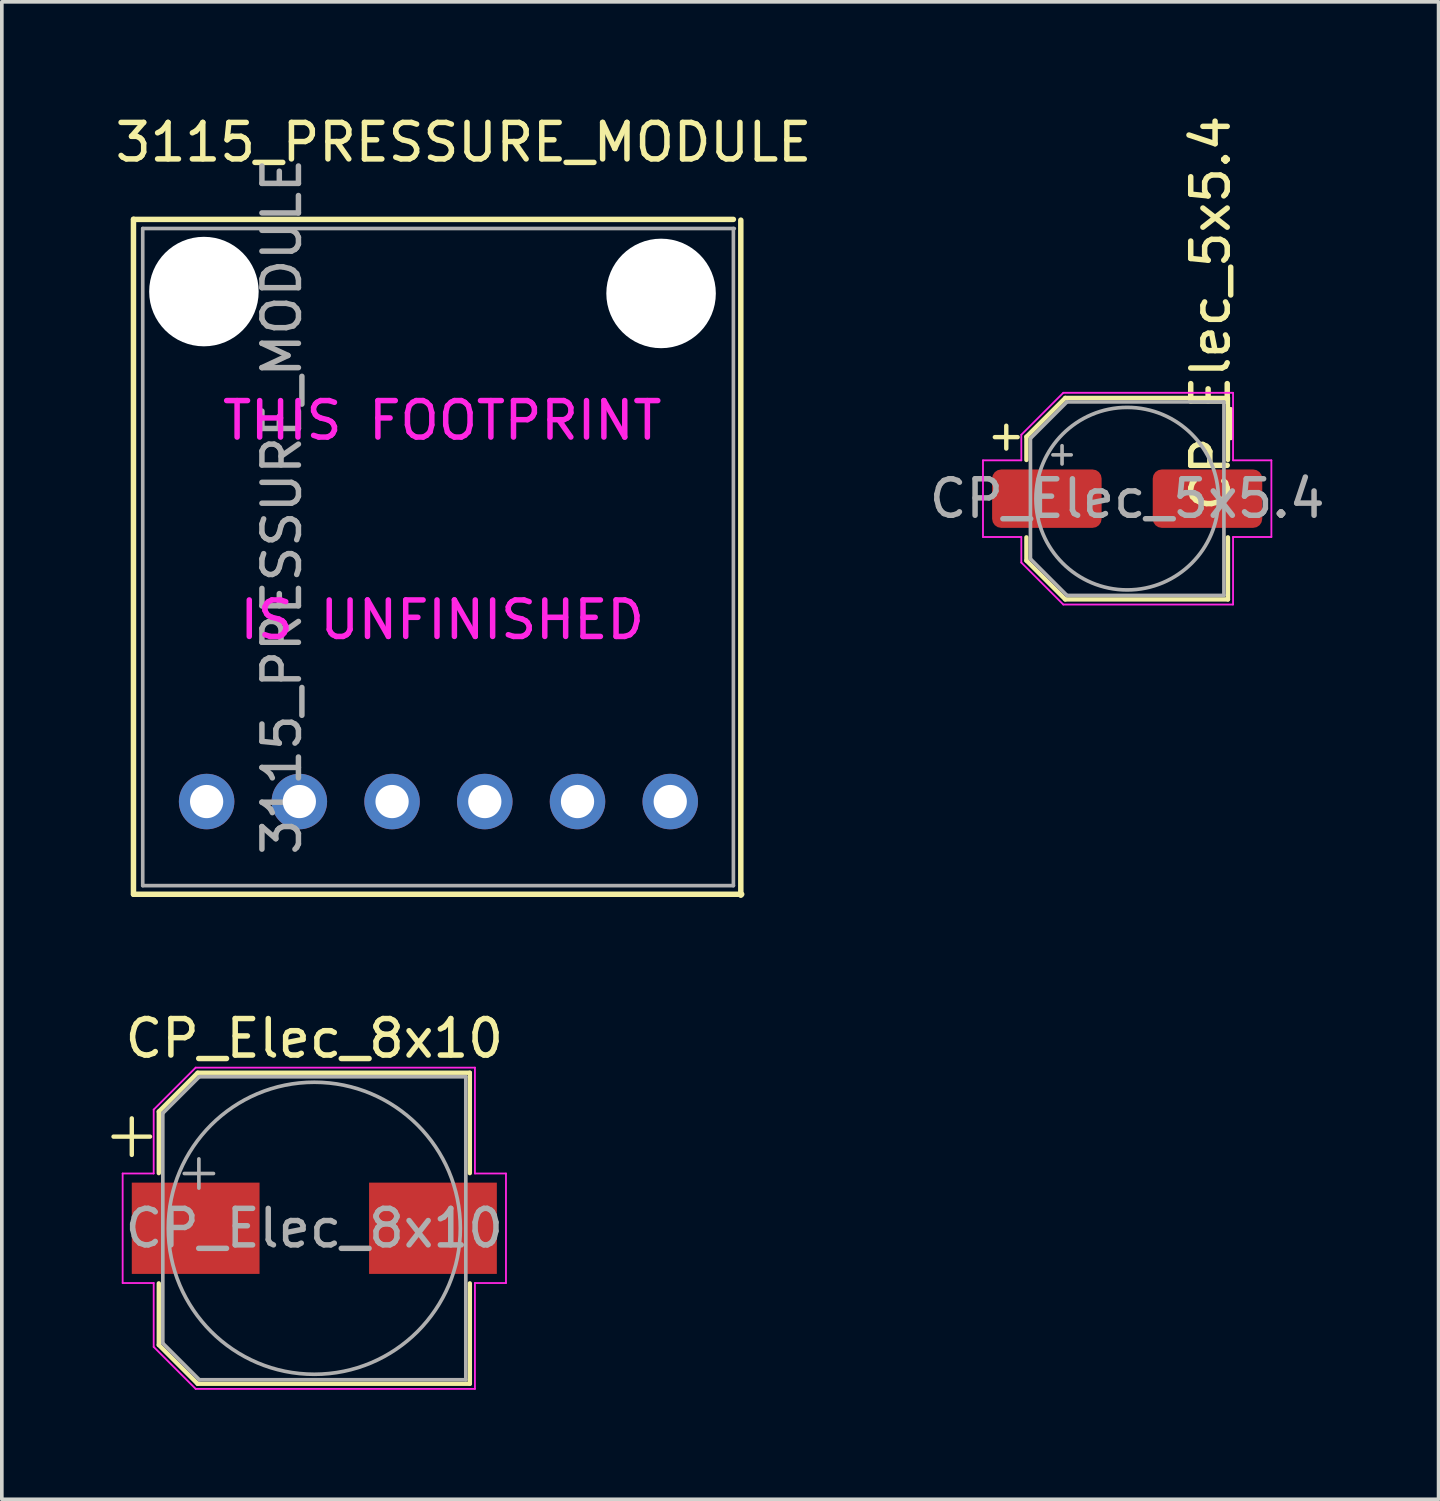
<source format=kicad_pcb>
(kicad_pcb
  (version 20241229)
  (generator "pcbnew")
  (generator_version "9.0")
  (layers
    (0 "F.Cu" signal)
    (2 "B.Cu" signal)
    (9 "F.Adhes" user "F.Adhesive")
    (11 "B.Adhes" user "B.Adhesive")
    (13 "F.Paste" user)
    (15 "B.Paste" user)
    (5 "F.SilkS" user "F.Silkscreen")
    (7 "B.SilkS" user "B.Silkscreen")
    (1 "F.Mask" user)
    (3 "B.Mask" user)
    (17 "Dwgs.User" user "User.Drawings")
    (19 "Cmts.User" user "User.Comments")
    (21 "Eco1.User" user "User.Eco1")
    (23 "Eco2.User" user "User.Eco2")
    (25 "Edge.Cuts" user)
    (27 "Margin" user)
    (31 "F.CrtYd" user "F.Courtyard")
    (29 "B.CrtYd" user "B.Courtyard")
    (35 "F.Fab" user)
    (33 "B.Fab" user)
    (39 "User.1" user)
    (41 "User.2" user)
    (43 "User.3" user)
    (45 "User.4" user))
  (footprint "3115_PRESSURE_MODULE"
    (layer "F.Cu")
    (at 0.86 3.21)
    (property "Reference" "3115_PRESSURE_MODULE" (at 8.788 -2.362 0) (layer "F.SilkS") (effects (font (size 1 1) (thickness 0.15))))
    (attr through_hole)
    (fp_line (start -0.254 18.237) (end -0.254 -0.254) (stroke (width 0.15) (type solid)) (layer "F.SilkS"))
    (fp_line (start -0.25 -0.25) (end 16.18 -0.25) (stroke (width 0.15) (type solid)) (layer "F.SilkS"))
    (fp_line (start -0.25 18.237) (end 16.408 18.237) (stroke (width 0.15) (type solid)) (layer "F.SilkS"))
    (fp_line (start 16.383 18.263) (end 16.383 -0.229) (stroke (width 0.15) (type solid)) (layer "F.SilkS"))
    (fp_line (start 0 0) (end 16.205 0) (stroke (width 0.1) (type solid)) (layer "F.Fab"))
    (fp_line (start 0 18) (end 0 0) (stroke (width 0.1) (type solid)) (layer "F.Fab"))
    (fp_line (start 0 18) (end 16.18 18) (stroke (width 0.1) (type solid)) (layer "F.Fab"))
    (fp_line (start 16.18 18) (end 16.18 0) (stroke (width 0.1) (type solid)) (layer "F.Fab"))
    (fp_text user "THIS FOOTPRINT" (at 8.204 5.258 0) (layer "F.CrtYd") (effects (font (size 1 1) (thickness 0.15))))
    (fp_text user "IS UNFINISHED" (at 8.204 10.719 0) (layer "F.CrtYd") (effects (font (size 1 1) (thickness 0.15))))
    (fp_text user "${REFERENCE}" (at 3.81 7.62 90) (layer "F.Fab") (effects (font (size 1 1) (thickness 0.15))))
    (pad "" np_thru_hole circle (at 1.676 1.727) (size 3 3) (drill 3) (layers "*.Cu" "*.Mask"))
    (pad "" np_thru_hole circle (at 14.199 1.778) (size 3 3) (drill 3) (layers "*.Cu" "*.Mask"))
    (pad "1" thru_hole circle (at 1.75 15.697 270) (size 1.52 1.52) (drill 0.91) (layers "*.Cu" "*.Mask"))
    (pad "2" thru_hole circle (at 4.29 15.697 270) (size 1.52 1.52) (drill 0.91) (layers "*.Cu" "*.Mask"))
    (pad "3" thru_hole circle (at 6.83 15.697 270) (size 1.52 1.52) (drill 0.91) (layers "*.Cu" "*.Mask"))
    (pad "4" thru_hole circle (at 9.37 15.697 270) (size 1.52 1.52) (drill 0.91) (layers "*.Cu" "*.Mask"))
    (pad "5" thru_hole circle (at 11.91 15.697 270) (size 1.52 1.52) (drill 0.91) (layers "*.Cu" "*.Mask"))
    (pad "6" thru_hole circle (at 14.45 15.697 270) (size 1.52 1.52) (drill 0.91) (layers "*.Cu" "*.Mask")))
  (footprint "CP_Elec_8x10"
    (layer "F.Cu")
    (at 5.56 30.596)
    (property "Reference" "CP_Elec_8x10" (at 0 -5.2 0) (layer "F.SilkS") (effects (font (size 1 1) (thickness 0.15))))
    (attr smd)
    (fp_line (start -5.5 -2.51) (end -4.5 -2.51) (stroke (width 0.12) (type solid)) (layer "F.SilkS"))
    (fp_line (start -5 -3.01) (end -5 -2.01) (stroke (width 0.12) (type solid)) (layer "F.SilkS"))
    (fp_line (start -4.26 -3.196) (end -4.26 -1.51) (stroke (width 0.12) (type solid)) (layer "F.SilkS"))
    (fp_line (start -4.26 -3.196) (end -3.196 -4.26) (stroke (width 0.12) (type solid)) (layer "F.SilkS"))
    (fp_line (start -4.26 3.196) (end -4.26 1.51) (stroke (width 0.12) (type solid)) (layer "F.SilkS"))
    (fp_line (start -4.26 3.196) (end -3.196 4.26) (stroke (width 0.12) (type solid)) (layer "F.SilkS"))
    (fp_line (start -3.196 -4.26) (end 4.26 -4.26) (stroke (width 0.12) (type solid)) (layer "F.SilkS"))
    (fp_line (start -3.196 4.26) (end 4.26 4.26) (stroke (width 0.12) (type solid)) (layer "F.SilkS"))
    (fp_line (start 4.26 -4.26) (end 4.26 -1.51) (stroke (width 0.12) (type solid)) (layer "F.SilkS"))
    (fp_line (start 4.26 4.26) (end 4.26 1.51) (stroke (width 0.12) (type solid)) (layer "F.SilkS"))
    (fp_line (start -5.25 -1.5) (end -5.25 1.5) (stroke (width 0.05) (type solid)) (layer "F.CrtYd"))
    (fp_line (start -5.25 1.5) (end -4.4 1.5) (stroke (width 0.05) (type solid)) (layer "F.CrtYd"))
    (fp_line (start -4.4 -3.25) (end -4.4 -1.5) (stroke (width 0.05) (type solid)) (layer "F.CrtYd"))
    (fp_line (start -4.4 -3.25) (end -3.25 -4.4) (stroke (width 0.05) (type solid)) (layer "F.CrtYd"))
    (fp_line (start -4.4 -1.5) (end -5.25 -1.5) (stroke (width 0.05) (type solid)) (layer "F.CrtYd"))
    (fp_line (start -4.4 1.5) (end -4.4 3.25) (stroke (width 0.05) (type solid)) (layer "F.CrtYd"))
    (fp_line (start -4.4 3.25) (end -3.25 4.4) (stroke (width 0.05) (type solid)) (layer "F.CrtYd"))
    (fp_line (start -3.25 -4.4) (end 4.4 -4.4) (stroke (width 0.05) (type solid)) (layer "F.CrtYd"))
    (fp_line (start -3.25 4.4) (end 4.4 4.4) (stroke (width 0.05) (type solid)) (layer "F.CrtYd"))
    (fp_line (start 4.4 -4.4) (end 4.4 -1.5) (stroke (width 0.05) (type solid)) (layer "F.CrtYd"))
    (fp_line (start 4.4 -1.5) (end 5.25 -1.5) (stroke (width 0.05) (type solid)) (layer "F.CrtYd"))
    (fp_line (start 4.4 1.5) (end 4.4 4.4) (stroke (width 0.05) (type solid)) (layer "F.CrtYd"))
    (fp_line (start 5.25 -1.5) (end 5.25 1.5) (stroke (width 0.05) (type solid)) (layer "F.CrtYd"))
    (fp_line (start 5.25 1.5) (end 4.4 1.5) (stroke (width 0.05) (type solid)) (layer "F.CrtYd"))
    (fp_line (start -4.15 -3.15) (end -4.15 3.15) (stroke (width 0.1) (type solid)) (layer "F.Fab"))
    (fp_line (start -4.15 -3.15) (end -3.15 -4.15) (stroke (width 0.1) (type solid)) (layer "F.Fab"))
    (fp_line (start -4.15 3.15) (end -3.15 4.15) (stroke (width 0.1) (type solid)) (layer "F.Fab"))
    (fp_line (start -3.562 -1.5) (end -2.762 -1.5) (stroke (width 0.1) (type solid)) (layer "F.Fab"))
    (fp_line (start -3.162 -1.9) (end -3.162 -1.1) (stroke (width 0.1) (type solid)) (layer "F.Fab"))
    (fp_line (start -3.15 -4.15) (end 4.15 -4.15) (stroke (width 0.1) (type solid)) (layer "F.Fab"))
    (fp_line (start -3.15 4.15) (end 4.15 4.15) (stroke (width 0.1) (type solid)) (layer "F.Fab"))
    (fp_line (start 4.15 -4.15) (end 4.15 4.15) (stroke (width 0.1) (type solid)) (layer "F.Fab"))
    (fp_circle (center 0 0) (end 4 0) (stroke (width 0.1) (type solid)) (fill no) (layer "F.Fab"))
    (fp_text user "${REFERENCE}" (at 0 0 0) (layer "F.Fab") (effects (font (size 1 1) (thickness 0.15))))
    (pad "1" smd rect (at -3.25 0) (size 3.5 2.5) (layers "F.Cu" "F.Mask" "F.Paste"))
    (pad "2" smd rect (at 3.25 0) (size 3.5 2.5) (layers "F.Cu" "F.Mask" "F.Paste")))
  (footprint "CP_Elec_5x5.4"
    (layer "F.Cu")
    (at 27.827 10.61)
    (property "Reference" "CP_Elec_5x5.4" (at 2.286 -5.08 270) (layer "F.SilkS") (effects (font (size 1 1) (thickness 0.15))))
    (attr smd)
    (fp_line (start -3.625 -1.685) (end -3 -1.685) (stroke (width 0.12) (type solid)) (layer "F.SilkS"))
    (fp_line (start -3.312 -1.998) (end -3.312 -1.373) (stroke (width 0.12) (type solid)) (layer "F.SilkS"))
    (fp_line (start -2.76 -1.696) (end -2.76 -1.06) (stroke (width 0.12) (type solid)) (layer "F.SilkS"))
    (fp_line (start -2.76 -1.696) (end -1.696 -2.76) (stroke (width 0.12) (type solid)) (layer "F.SilkS"))
    (fp_line (start -2.76 1.696) (end -2.76 1.06) (stroke (width 0.12) (type solid)) (layer "F.SilkS"))
    (fp_line (start -2.76 1.696) (end -1.696 2.76) (stroke (width 0.12) (type solid)) (layer "F.SilkS"))
    (fp_line (start -1.696 -2.76) (end 2.76 -2.76) (stroke (width 0.12) (type solid)) (layer "F.SilkS"))
    (fp_line (start -1.696 2.76) (end 2.76 2.76) (stroke (width 0.12) (type solid)) (layer "F.SilkS"))
    (fp_line (start 2.76 -2.76) (end 2.76 -1.06) (stroke (width 0.12) (type solid)) (layer "F.SilkS"))
    (fp_line (start 2.76 2.76) (end 2.76 1.06) (stroke (width 0.12) (type solid)) (layer "F.SilkS"))
    (fp_line (start -3.95 -1.05) (end -3.95 1.05) (stroke (width 0.05) (type solid)) (layer "F.CrtYd"))
    (fp_line (start -3.95 1.05) (end -2.9 1.05) (stroke (width 0.05) (type solid)) (layer "F.CrtYd"))
    (fp_line (start -2.9 -1.75) (end -2.9 -1.05) (stroke (width 0.05) (type solid)) (layer "F.CrtYd"))
    (fp_line (start -2.9 -1.75) (end -1.75 -2.9) (stroke (width 0.05) (type solid)) (layer "F.CrtYd"))
    (fp_line (start -2.9 -1.05) (end -3.95 -1.05) (stroke (width 0.05) (type solid)) (layer "F.CrtYd"))
    (fp_line (start -2.9 1.05) (end -2.9 1.75) (stroke (width 0.05) (type solid)) (layer "F.CrtYd"))
    (fp_line (start -2.9 1.75) (end -1.75 2.9) (stroke (width 0.05) (type solid)) (layer "F.CrtYd"))
    (fp_line (start -1.75 -2.9) (end 2.9 -2.9) (stroke (width 0.05) (type solid)) (layer "F.CrtYd"))
    (fp_line (start -1.75 2.9) (end 2.9 2.9) (stroke (width 0.05) (type solid)) (layer "F.CrtYd"))
    (fp_line (start 2.9 -2.9) (end 2.9 -1.05) (stroke (width 0.05) (type solid)) (layer "F.CrtYd"))
    (fp_line (start 2.9 -1.05) (end 3.95 -1.05) (stroke (width 0.05) (type solid)) (layer "F.CrtYd"))
    (fp_line (start 2.9 1.05) (end 2.9 2.9) (stroke (width 0.05) (type solid)) (layer "F.CrtYd"))
    (fp_line (start 3.95 -1.05) (end 3.95 1.05) (stroke (width 0.05) (type solid)) (layer "F.CrtYd"))
    (fp_line (start 3.95 1.05) (end 2.9 1.05) (stroke (width 0.05) (type solid)) (layer "F.CrtYd"))
    (fp_line (start -2.65 -1.65) (end -2.65 1.65) (stroke (width 0.1) (type solid)) (layer "F.Fab"))
    (fp_line (start -2.65 -1.65) (end -1.65 -2.65) (stroke (width 0.1) (type solid)) (layer "F.Fab"))
    (fp_line (start -2.65 1.65) (end -1.65 2.65) (stroke (width 0.1) (type solid)) (layer "F.Fab"))
    (fp_line (start -2.034 -1.2) (end -1.534 -1.2) (stroke (width 0.1) (type solid)) (layer "F.Fab"))
    (fp_line (start -1.784 -1.45) (end -1.784 -0.95) (stroke (width 0.1) (type solid)) (layer "F.Fab"))
    (fp_line (start -1.65 -2.65) (end 2.65 -2.65) (stroke (width 0.1) (type solid)) (layer "F.Fab"))
    (fp_line (start -1.65 2.65) (end 2.65 2.65) (stroke (width 0.1) (type solid)) (layer "F.Fab"))
    (fp_line (start 2.65 -2.65) (end 2.65 2.65) (stroke (width 0.1) (type solid)) (layer "F.Fab"))
    (fp_circle (center 0 0) (end 2.5 0) (stroke (width 0.1) (type solid)) (fill no) (layer "F.Fab"))
    (fp_text user "${REFERENCE}" (at 0 0 0) (layer "F.Fab") (effects (font (size 1 1) (thickness 0.15))))
    (pad "1" smd roundrect (at -2.2 0) (size 3 1.6) (layers "F.Cu" "F.Mask" "F.Paste") (roundrect_rratio 0.156))
    (pad "2" smd roundrect (at 2.2 0) (size 3 1.6) (layers "F.Cu" "F.Mask" "F.Paste") (roundrect_rratio 0.156)))
  (gr_rect
    (start -3 -3)
    (end 36.357 38.021)
    (stroke (width 0.1) (type default))
    (fill no)
    (layer "Edge.Cuts")))
</source>
